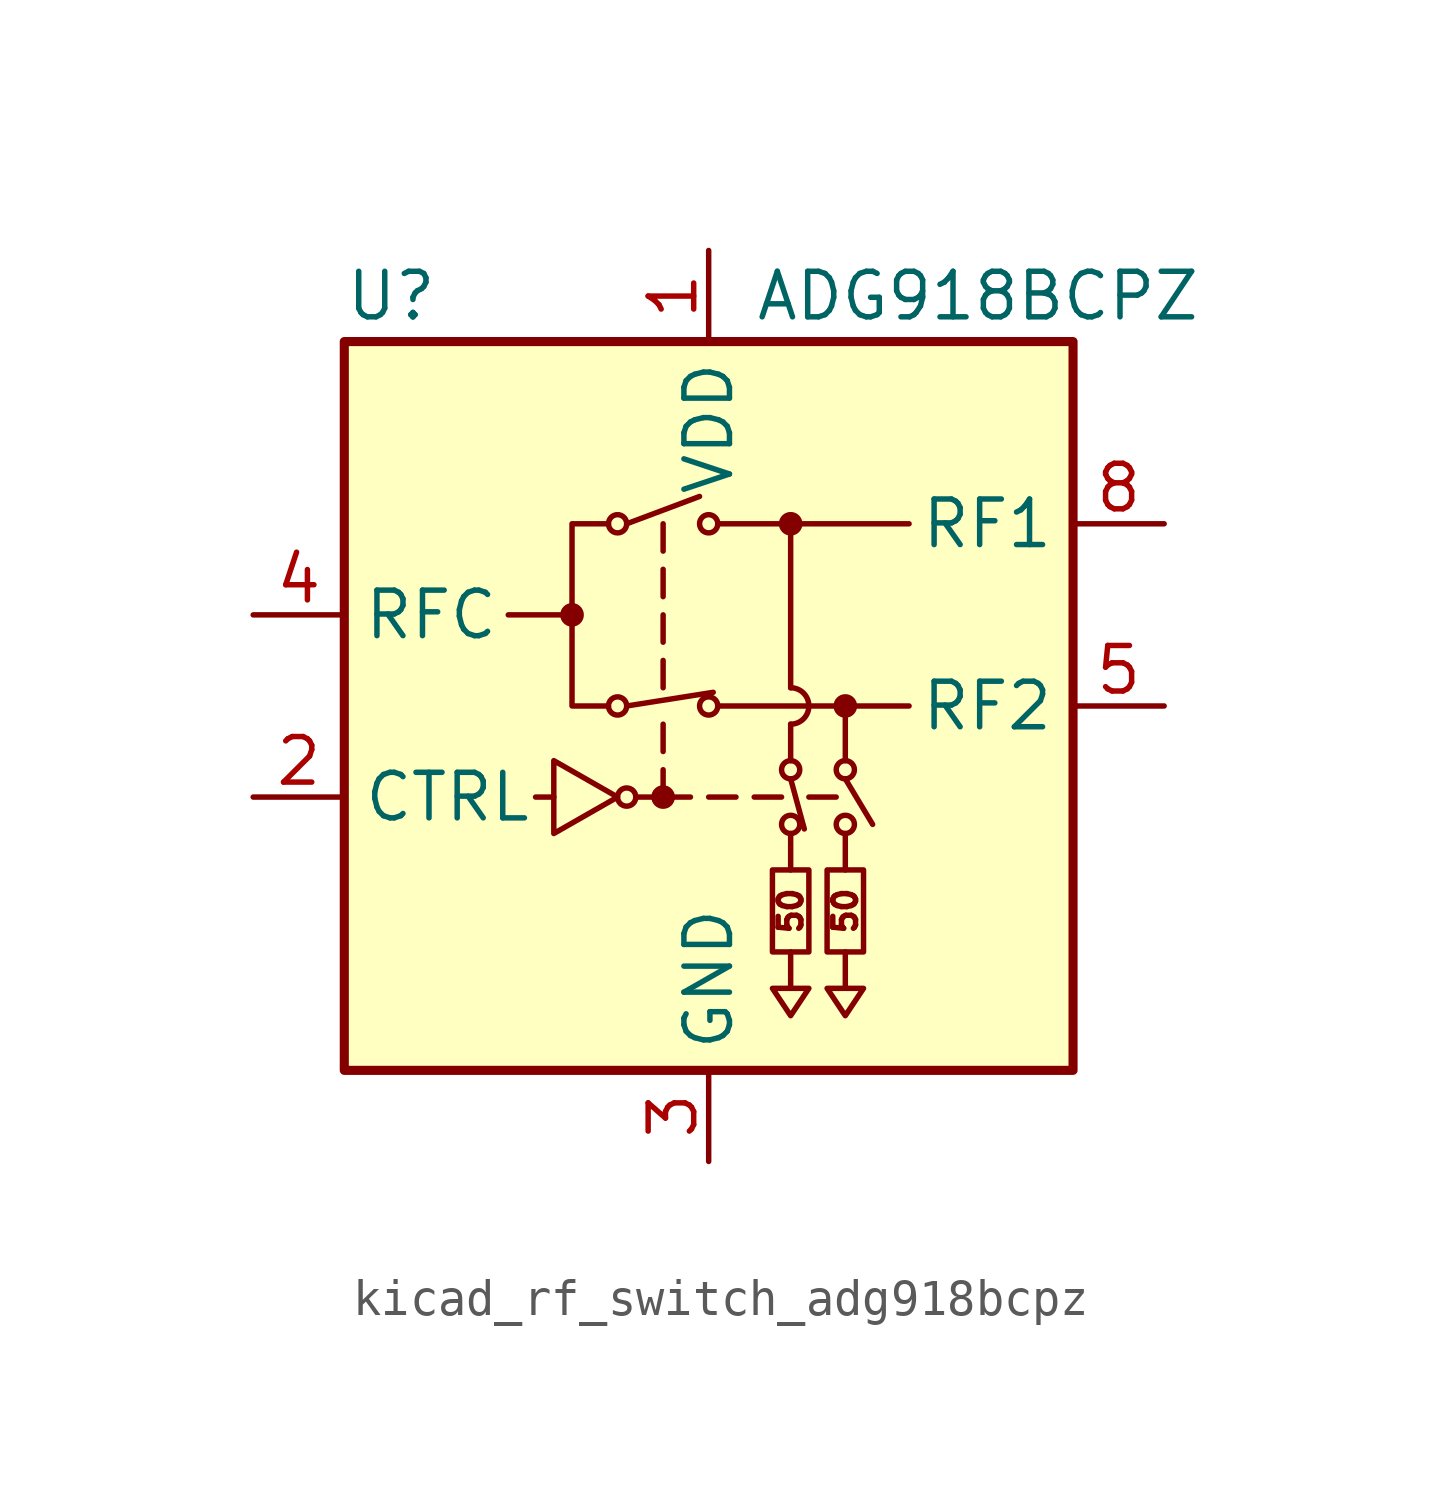
<source format=kicad_sym>
(kicad_symbol_lib
  (version 20220914)
  (generator kicad_symbol_editor)
  (symbol "kicad_rf_switch_adg918bcpz"
    (property "Reference" "U"
      (at -10.16 11.43 0)
      (effects (font (size 1.27 1.27)) (justify left)))
    (property "Value" "ADG918BCPZ"
      (at 1.27 11.43 0)
      (effects (font (size 1.27 1.27)) (justify left)))
    (symbol "kicad_rf_switch_adg918bcpz_0_0"
      (rectangle (start -10.16 10.16) (end 10.16 -10.16) (stroke (width 0.254) (type default)) (fill (type background)))
      (circle (center -3.81 2.54) (radius 0.254) (stroke (width 0) (type default)) (fill (type outline)))
      (circle (center -2.286 -2.54) (radius 0.254) (stroke (width 0) (type default)) (fill (type none)))
      (circle (center -1.27 -2.54) (radius 0.254) (stroke (width 0) (type default)) (fill (type outline)))
      (polyline (pts (xy -4.318 -2.54) (xy -4.826 -2.54)) (stroke (width 0) (type default)) (fill (type none)))
      (polyline (pts (xy -3.81 2.54) (xy -5.588 2.54)) (stroke (width 0) (type default)) (fill (type none)))
      (polyline (pts (xy -1.27 -2.54) (xy -1.27 -1.778)) (stroke (width 0) (type default)) (fill (type none)))
      (polyline (pts (xy -1.27 -1.27) (xy -1.27 -0.508)) (stroke (width 0) (type default)) (fill (type none)))
      (polyline (pts (xy -1.27 1.27) (xy -1.27 0.508)) (stroke (width 0) (type default)) (fill (type none)))
      (polyline (pts (xy -1.27 2.54) (xy -1.27 1.778)) (stroke (width 0) (type default)) (fill (type none)))
      (polyline (pts (xy -1.27 3.81) (xy -1.27 3.048)) (stroke (width 0) (type default)) (fill (type none)))
      (polyline (pts (xy -1.27 5.08) (xy -1.27 4.318)) (stroke (width 0) (type default)) (fill (type none)))
      (polyline (pts (xy -0.508 -2.54) (xy -2.032 -2.54)) (stroke (width 0) (type default)) (fill (type none)))
      (polyline (pts (xy 0 -2.54) (xy 0.762 -2.54)) (stroke (width 0) (type default)) (fill (type none)))
      (polyline (pts (xy 0.254 0) (xy 5.588 0)) (stroke (width 0) (type default)) (fill (type none)))
      (polyline (pts (xy 0.254 5.08) (xy 5.588 5.08)) (stroke (width 0) (type default)) (fill (type none)))
      (polyline (pts (xy 2.032 -2.54) (xy 1.27 -2.54)) (stroke (width 0) (type default)) (fill (type none)))
      (polyline (pts (xy 2.286 0.508) (xy 2.286 5.08)) (stroke (width 0) (type default)) (fill (type none)))
      (polyline (pts (xy 3.556 -2.54) (xy 2.794 -2.54)) (stroke (width 0) (type default)) (fill (type none)))
      (polyline (pts (xy -4.318 -1.524) (xy -4.318 -3.556) (xy -2.54 -2.54) (xy -4.318 -1.524)) (stroke (width 0) (type default)) (fill (type none)))
      (polyline (pts (xy -2.794 0) (xy -3.81 0) (xy -3.81 5.08) (xy -2.794 5.08)) (stroke (width 0) (type default)) (fill (type none)))
      (arc (start 2.286 -0.508) (mid 2.7918 0) (end 2.286 0.508) (stroke (width 0) (type default)) (fill (type none)))
      (text "50" (at 2.286 -5.715 900) (effects (font (size 0.635 0.635))))
      (text "50" (at 3.81 -5.715 900) (effects (font (size 0.635 0.635)))))
    (symbol "kicad_rf_switch_adg918bcpz_0_1"
      (circle (center -2.54 0) (radius 0.254) (stroke (width 0) (type default)) (fill (type none)))
      (circle (center -2.54 5.08) (radius 0.254) (stroke (width 0) (type default)) (fill (type none)))
      (polyline (pts (xy -2.286 0) (xy 0.127 0.381)) (stroke (width 0) (type default)) (fill (type none)))
      (polyline (pts (xy -2.286 5.08) (xy -0.254 5.842)) (stroke (width 0) (type default)) (fill (type none)))
      (polyline (pts (xy 2.286 -3.556) (xy 2.286 -4.572)) (stroke (width 0) (type default)) (fill (type none)))
      (polyline (pts (xy 2.286 -2.032) (xy 2.667 -3.429)) (stroke (width 0) (type default)) (fill (type none)))
      (polyline (pts (xy 2.286 -0.508) (xy 2.286 -1.524)) (stroke (width 0) (type default)) (fill (type none)))
      (polyline (pts (xy 3.81 -3.556) (xy 3.81 -4.572)) (stroke (width 0) (type default)) (fill (type none)))
      (polyline (pts (xy 3.81 -2.032) (xy 4.572 -3.302)) (stroke (width 0) (type default)) (fill (type none)))
      (polyline (pts (xy 3.81 0) (xy 3.81 -1.524)) (stroke (width 0) (type default)) (fill (type none)))
      (polyline (pts (xy 2.286 -6.858) (xy 2.286 -7.874) (xy 1.778 -7.874) (xy 2.286 -8.636) (xy 2.794 -7.874) (xy 2.286 -7.874)) (stroke (width 0) (type default)) (fill (type none)))
      (polyline (pts (xy 3.81 -6.858) (xy 3.81 -7.874) (xy 3.302 -7.874) (xy 3.81 -8.636) (xy 4.318 -7.874) (xy 3.81 -7.874)) (stroke (width 0) (type default)) (fill (type none)))
      (circle (center 0 0) (radius 0.254) (stroke (width 0) (type default)) (fill (type none)))
      (circle (center 0 5.08) (radius 0.254) (stroke (width 0) (type default)) (fill (type none)))
      (rectangle (start 1.778 -4.572) (end 2.794 -6.858) (stroke (width 0) (type default)) (fill (type none)))
      (circle (center 2.286 -3.302) (radius 0.254) (stroke (width 0) (type default)) (fill (type none)))
      (circle (center 2.286 -1.778) (radius 0.254) (stroke (width 0) (type default)) (fill (type none)))
      (circle (center 2.286 5.08) (radius 0.254) (stroke (width 0) (type default)) (fill (type outline)))
      (rectangle (start 3.302 -4.572) (end 4.318 -6.858) (stroke (width 0) (type default)) (fill (type none)))
      (circle (center 3.81 -3.302) (radius 0.254) (stroke (width 0) (type default)) (fill (type none)))
      (circle (center 3.81 -1.778) (radius 0.254) (stroke (width 0) (type default)) (fill (type none)))
      (circle (center 3.81 0) (radius 0.254) (stroke (width 0) (type default)) (fill (type outline))))
    (symbol "kicad_rf_switch_adg918bcpz_1_1"
      (pin power_in line (at 0 12.7 270) (length 2.54) (name "VDD" (effects (font (size 1.27 1.27)))) (number "1" (effects (font (size 1.27 1.27)))))
      (pin input line (at -12.7 -2.54 0) (length 2.54) (name "CTRL" (effects (font (size 1.27 1.27)))) (number "2" (effects (font (size 1.27 1.27)))))
      (pin power_in line (at 0 -12.7 90) (length 2.54) (name "GND" (effects (font (size 1.27 1.27)))) (number "3" (effects (font (size 1.27 1.27)))))
      (pin passive line (at -12.7 2.54 0) (length 2.54) (name "RFC" (effects (font (size 1.27 1.27)))) (number "4" (effects (font (size 1.27 1.27)))))
      (pin passive line (at 12.7 0 180) (length 2.54) (name "RF2" (effects (font (size 1.27 1.27)))) (number "5" (effects (font (size 1.27 1.27)))))
      (pin passive line (at 0 -12.7 90) (length 2.54) hide (name "GND" (effects (font (size 1.27 1.27)))) (number "6" (effects (font (size 1.27 1.27)))))
      (pin passive line (at 0 -12.7 90) (length 2.54) hide (name "GND" (effects (font (size 1.27 1.27)))) (number "7" (effects (font (size 1.27 1.27)))))
      (pin passive line (at 12.7 5.08 180) (length 2.54) (name "RF1" (effects (font (size 1.27 1.27)))) (number "8" (effects (font (size 1.27 1.27)))))
      (pin passive line (at 0 -12.7 90) (length 2.54) hide (name "GND" (effects (font (size 1.27 1.27)))) (number "9" (effects (font (size 1.27 1.27))))))))
</source>
